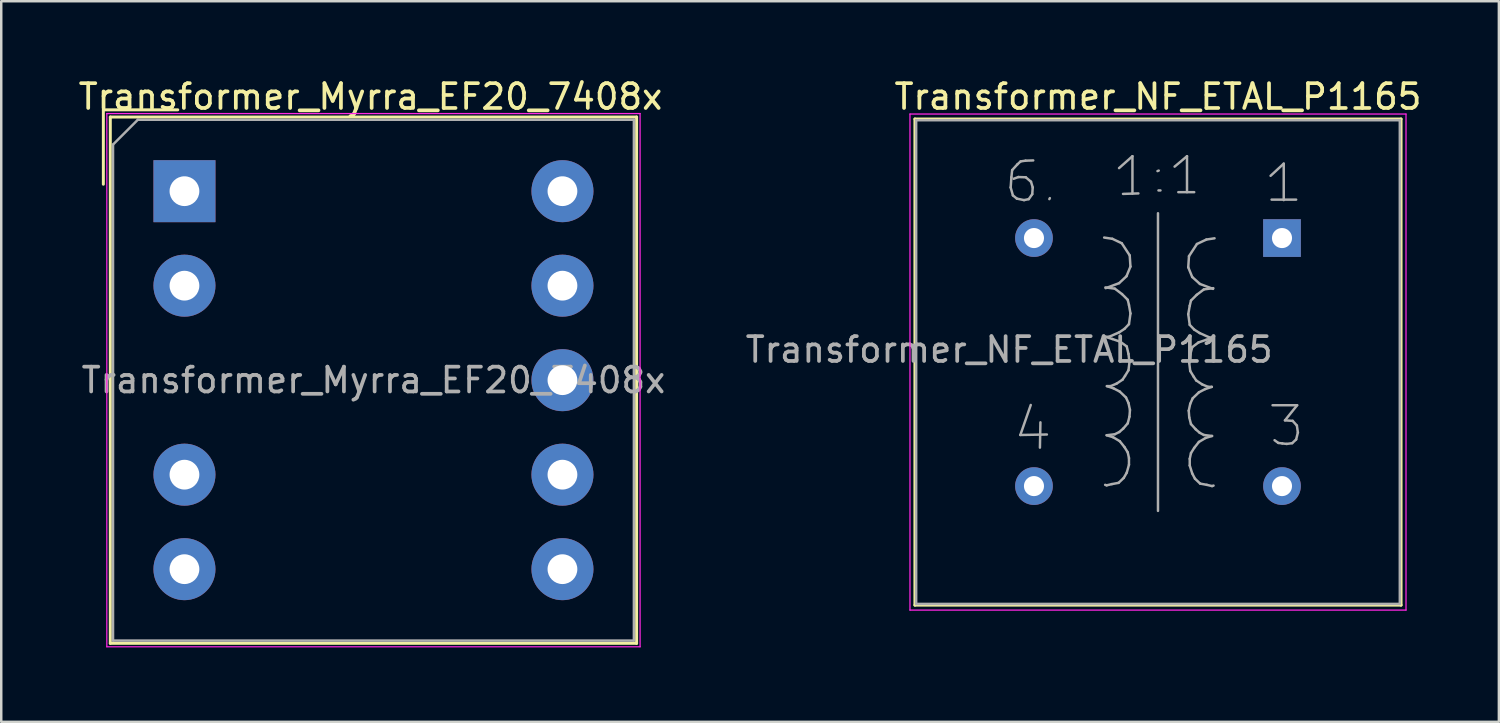
<source format=kicad_pcb>
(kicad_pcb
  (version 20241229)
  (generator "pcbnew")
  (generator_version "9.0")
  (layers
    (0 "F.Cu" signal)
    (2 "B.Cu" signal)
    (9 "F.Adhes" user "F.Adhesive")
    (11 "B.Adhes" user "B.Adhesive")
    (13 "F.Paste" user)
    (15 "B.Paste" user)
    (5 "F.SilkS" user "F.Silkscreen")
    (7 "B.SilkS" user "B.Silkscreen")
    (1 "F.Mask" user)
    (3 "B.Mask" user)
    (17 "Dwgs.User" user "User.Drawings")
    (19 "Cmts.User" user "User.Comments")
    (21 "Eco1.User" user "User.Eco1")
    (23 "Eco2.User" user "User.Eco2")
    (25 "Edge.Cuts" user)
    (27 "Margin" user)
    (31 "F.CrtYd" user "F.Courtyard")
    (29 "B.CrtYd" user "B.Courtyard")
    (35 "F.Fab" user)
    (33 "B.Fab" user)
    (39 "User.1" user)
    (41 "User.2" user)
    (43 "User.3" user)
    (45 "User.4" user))
  (footprint "Transformer_Myrra_EF20_7408x"
    (layer "F.Cu")
    (at 4.387 4.658)
    (property "Reference" "Transformer_Myrra_EF20_7408x" (at 7.5 -3.81 0) (layer "F.SilkS") (effects (font (size 1 1) (thickness 0.15))))
    (attr through_hole)
    (fp_line (start -3.27 -3.28) (end -3.27 -0.28) (stroke (width 0.12) (type solid)) (layer "F.SilkS"))
    (fp_line (start -2.99 -2.99) (end -2.99 18.23) (stroke (width 0.12) (type solid)) (layer "F.SilkS"))
    (fp_line (start -2.99 18.23) (end 18.23 18.23) (stroke (width 0.12) (type solid)) (layer "F.SilkS"))
    (fp_line (start -0.27 -3.28) (end -3.27 -3.28) (stroke (width 0.12) (type solid)) (layer "F.SilkS"))
    (fp_line (start 18.23 -2.99) (end -2.99 -2.99) (stroke (width 0.12) (type solid)) (layer "F.SilkS"))
    (fp_line (start 18.23 18.23) (end 18.23 -2.99) (stroke (width 0.12) (type solid)) (layer "F.SilkS"))
    (fp_line (start -3.13 -3.13) (end -3.13 18.37) (stroke (width 0.05) (type solid)) (layer "F.CrtYd"))
    (fp_line (start -3.13 18.37) (end 18.37 18.37) (stroke (width 0.05) (type solid)) (layer "F.CrtYd"))
    (fp_line (start 18.37 -3.13) (end -3.13 -3.13) (stroke (width 0.05) (type solid)) (layer "F.CrtYd"))
    (fp_line (start 18.37 18.37) (end 18.37 -3.13) (stroke (width 0.05) (type solid)) (layer "F.CrtYd"))
    (fp_line (start -2.88 18.12) (end -2.88 -1.88) (stroke (width 0.1) (type solid)) (layer "F.Fab"))
    (fp_line (start -1.88 -2.88) (end -2.88 -1.88) (stroke (width 0.1) (type solid)) (layer "F.Fab"))
    (fp_line (start -1.88 -2.88) (end 18.12 -2.88) (stroke (width 0.1) (type solid)) (layer "F.Fab"))
    (fp_line (start 18.12 -2.88) (end 18.12 18.12) (stroke (width 0.1) (type solid)) (layer "F.Fab"))
    (fp_line (start 18.12 18.12) (end -2.88 18.12) (stroke (width 0.1) (type solid)) (layer "F.Fab"))
    (fp_text user "${REFERENCE}" (at 7.62 7.62 0) (layer "F.Fab") (effects (font (size 1 1) (thickness 0.15))))
    (pad "1" thru_hole rect (at 0 0) (size 2.5 2.5) (drill 1.2) (layers "*.Cu" "*.Mask"))
    (pad "2" thru_hole circle (at 0 3.81) (size 2.5 2.5) (drill 1.2) (layers "*.Cu" "*.Mask"))
    (pad "4" thru_hole circle (at 0 11.43) (size 2.5 2.5) (drill 1.2) (layers "*.Cu" "*.Mask"))
    (pad "5" thru_hole circle (at 0 15.24) (size 2.5 2.5) (drill 1.2) (layers "*.Cu" "*.Mask"))
    (pad "6" thru_hole circle (at 15.24 15.24) (size 2.5 2.5) (drill 1.2) (layers "*.Cu" "*.Mask"))
    (pad "7" thru_hole circle (at 15.24 11.43) (size 2.5 2.5) (drill 1.2) (layers "*.Cu" "*.Mask"))
    (pad "8" thru_hole circle (at 15.24 7.62) (size 2.5 2.5) (drill 1.2) (layers "*.Cu" "*.Mask"))
    (pad "9" thru_hole circle (at 15.24 3.81) (size 2.5 2.5) (drill 1.2) (layers "*.Cu" "*.Mask"))
    (pad "10" thru_hole circle (at 15.24 0) (size 2.5 2.5) (drill 1.2) (layers "*.Cu" "*.Mask")))
  (footprint "Transformer_NF_ETAL_P1165"
    (layer "F.Cu")
    (at 48.638 6.548)
    (property "Reference" "Transformer_NF_ETAL_P1165" (at -5 -5.7 0) (layer "F.SilkS") (effects (font (size 1 1) (thickness 0.15))))
    (attr through_hole)
    (fp_line (start -14.8 -4.8) (end 4.8 -4.8) (stroke (width 0.12) (type solid)) (layer "F.SilkS"))
    (fp_line (start -14.8 14.8) (end -14.8 -4.8) (stroke (width 0.12) (type solid)) (layer "F.SilkS"))
    (fp_line (start 4.8 -4.8) (end 4.8 14.8) (stroke (width 0.12) (type solid)) (layer "F.SilkS"))
    (fp_line (start 4.8 14.8) (end -14.8 14.8) (stroke (width 0.12) (type solid)) (layer "F.SilkS"))
    (fp_line (start -15 -5) (end -15 15) (stroke (width 0.05) (type solid)) (layer "F.CrtYd"))
    (fp_line (start -15 -5) (end 5 -5) (stroke (width 0.05) (type solid)) (layer "F.CrtYd"))
    (fp_line (start 5 15) (end -15 15) (stroke (width 0.05) (type solid)) (layer "F.CrtYd"))
    (fp_line (start 5 15) (end 5 -5) (stroke (width 0.05) (type solid)) (layer "F.CrtYd"))
    (fp_line (start -14.75 -4.75) (end -14.75 14.75) (stroke (width 0.1) (type solid)) (layer "F.Fab"))
    (fp_line (start -14.75 14.75) (end 4.75 14.75) (stroke (width 0.1) (type solid)) (layer "F.Fab"))
    (fp_line (start -10.94 -2.04) (end -10.85 -1.72) (stroke (width 0.1) (type solid)) (layer "F.Fab"))
    (fp_line (start -10.91 -2.45) (end -10.94 -2.04) (stroke (width 0.1) (type solid)) (layer "F.Fab"))
    (fp_line (start -10.88 -2.74) (end -10.91 -2.45) (stroke (width 0.1) (type solid)) (layer "F.Fab"))
    (fp_line (start -10.85 -1.72) (end -10.69 -1.59) (stroke (width 0.1) (type solid)) (layer "F.Fab"))
    (fp_line (start -10.69 -1.59) (end -10.4 -1.53) (stroke (width 0.1) (type solid)) (layer "F.Fab"))
    (fp_line (start -10.67 -2.97) (end -10.88 -2.74) (stroke (width 0.1) (type solid)) (layer "F.Fab"))
    (fp_line (start -10.63 -2.46) (end -10.82 -2.39) (stroke (width 0.1) (type solid)) (layer "F.Fab"))
    (fp_line (start -10.55 7.94) (end -9.48 7.92) (stroke (width 0.1) (type solid)) (layer "F.Fab"))
    (fp_line (start -10.54 -3.09) (end -10.67 -2.97) (stroke (width 0.1) (type solid)) (layer "F.Fab"))
    (fp_line (start -10.4 -1.53) (end -10.21 -1.57) (stroke (width 0.1) (type solid)) (layer "F.Fab"))
    (fp_line (start -10.34 -3.12) (end -10.54 -3.09) (stroke (width 0.1) (type solid)) (layer "F.Fab"))
    (fp_line (start -10.33 -2.45) (end -10.63 -2.46) (stroke (width 0.1) (type solid)) (layer "F.Fab"))
    (fp_line (start -10.21 -1.57) (end -10.07 -1.77) (stroke (width 0.1) (type solid)) (layer "F.Fab"))
    (fp_line (start -10.13 6.73) (end -10.55 7.94) (stroke (width 0.1) (type solid)) (layer "F.Fab"))
    (fp_line (start -10.12 -2.27) (end -10.33 -2.45) (stroke (width 0.1) (type solid)) (layer "F.Fab"))
    (fp_line (start -10.07 -1.77) (end -10.05 -2.04) (stroke (width 0.1) (type solid)) (layer "F.Fab"))
    (fp_line (start -10.05 -2.04) (end -10.12 -2.27) (stroke (width 0.1) (type solid)) (layer "F.Fab"))
    (fp_line (start -10.03 -3.13) (end -10.34 -3.12) (stroke (width 0.1) (type solid)) (layer "F.Fab"))
    (fp_line (start -9.74 7.43) (end -9.76 8.45) (stroke (width 0.1) (type solid)) (layer "F.Fab"))
    (fp_line (start -9.38 -1.57) (end -9.36 -1.61) (stroke (width 0.1) (type solid)) (layer "F.Fab"))
    (fp_line (start -7.17 -0.02) (end -6.84 0.03) (stroke (width 0.1) (type solid)) (layer "F.Fab"))
    (fp_line (start -7.13 3.98) (end -6.84 4.07) (stroke (width 0.1) (type solid)) (layer "F.Fab"))
    (fp_line (start -7.12 1.99) (end -6.74 2.04) (stroke (width 0.1) (type solid)) (layer "F.Fab"))
    (fp_line (start -7.07 7.95) (end -6.81 8.03) (stroke (width 0.1) (type solid)) (layer "F.Fab"))
    (fp_line (start -7.07 9.97) (end -7.13 9.95) (stroke (width 0.1) (type solid)) (layer "F.Fab"))
    (fp_line (start -7.06 5.97) (end -6.79 6.06) (stroke (width 0.1) (type solid)) (layer "F.Fab"))
    (fp_line (start -6.97 3.98) (end -7.13 3.98) (stroke (width 0.1) (type solid)) (layer "F.Fab"))
    (fp_line (start -6.91 5.97) (end -7.06 5.97) (stroke (width 0.1) (type solid)) (layer "F.Fab"))
    (fp_line (start -6.86 9.92) (end -7.07 9.97) (stroke (width 0.1) (type solid)) (layer "F.Fab"))
    (fp_line (start -6.84 0.03) (end -6.46 0.21) (stroke (width 0.1) (type solid)) (layer "F.Fab"))
    (fp_line (start -6.84 4.07) (end -6.52 4.18) (stroke (width 0.1) (type solid)) (layer "F.Fab"))
    (fp_line (start -6.81 8.03) (end -6.54 8.19) (stroke (width 0.1) (type solid)) (layer "F.Fab"))
    (fp_line (start -6.79 6.06) (end -6.54 6.19) (stroke (width 0.1) (type solid)) (layer "F.Fab"))
    (fp_line (start -6.74 2.04) (end -6.45 2.26) (stroke (width 0.1) (type solid)) (layer "F.Fab"))
    (fp_line (start -6.74 7.91) (end -7.07 7.95) (stroke (width 0.1) (type solid)) (layer "F.Fab"))
    (fp_line (start -6.67 5.87) (end -6.91 5.97) (stroke (width 0.1) (type solid)) (layer "F.Fab"))
    (fp_line (start -6.59 9.87) (end -6.86 9.92) (stroke (width 0.1) (type solid)) (layer "F.Fab"))
    (fp_line (start -6.57 -2.82) (end -6.03 -3.3) (stroke (width 0.1) (type solid)) (layer "F.Fab"))
    (fp_line (start -6.57 1.82) (end -7.11 2.02) (stroke (width 0.1) (type solid)) (layer "F.Fab"))
    (fp_line (start -6.56 3.8) (end -6.97 3.98) (stroke (width 0.1) (type solid)) (layer "F.Fab"))
    (fp_line (start -6.56 7.82) (end -6.74 7.91) (stroke (width 0.1) (type solid)) (layer "F.Fab"))
    (fp_line (start -6.54 6.19) (end -6.29 6.43) (stroke (width 0.1) (type solid)) (layer "F.Fab"))
    (fp_line (start -6.54 8.19) (end -6.35 8.43) (stroke (width 0.1) (type solid)) (layer "F.Fab"))
    (fp_line (start -6.52 4.18) (end -6.26 4.37) (stroke (width 0.1) (type solid)) (layer "F.Fab"))
    (fp_line (start -6.46 0.21) (end -6.14 0.7) (stroke (width 0.1) (type solid)) (layer "F.Fab"))
    (fp_line (start -6.45 2.26) (end -6.22 2.49) (stroke (width 0.1) (type solid)) (layer "F.Fab"))
    (fp_line (start -6.43 5.71) (end -6.67 5.87) (stroke (width 0.1) (type solid)) (layer "F.Fab"))
    (fp_line (start -6.41 -1.78) (end -5.79 -1.8) (stroke (width 0.1) (type solid)) (layer "F.Fab"))
    (fp_line (start -6.4 7.68) (end -6.56 7.82) (stroke (width 0.1) (type solid)) (layer "F.Fab"))
    (fp_line (start -6.38 9.67) (end -6.59 9.87) (stroke (width 0.1) (type solid)) (layer "F.Fab"))
    (fp_line (start -6.35 3.66) (end -6.56 3.8) (stroke (width 0.1) (type solid)) (layer "F.Fab"))
    (fp_line (start -6.35 8.43) (end -6.22 8.64) (stroke (width 0.1) (type solid)) (layer "F.Fab"))
    (fp_line (start -6.33 5.56) (end -6.43 5.71) (stroke (width 0.1) (type solid)) (layer "F.Fab"))
    (fp_line (start -6.29 6.43) (end -6.19 6.65) (stroke (width 0.1) (type solid)) (layer "F.Fab"))
    (fp_line (start -6.27 1.54) (end -6.57 1.82) (stroke (width 0.1) (type solid)) (layer "F.Fab"))
    (fp_line (start -6.26 4.37) (end -6.19 4.67) (stroke (width 0.1) (type solid)) (layer "F.Fab"))
    (fp_line (start -6.26 9.46) (end -6.38 9.67) (stroke (width 0.1) (type solid)) (layer "F.Fab"))
    (fp_line (start -6.22 2.49) (end -6.17 2.7) (stroke (width 0.1) (type solid)) (layer "F.Fab"))
    (fp_line (start -6.22 7.47) (end -6.4 7.68) (stroke (width 0.1) (type solid)) (layer "F.Fab"))
    (fp_line (start -6.22 8.64) (end -6.17 8.87) (stroke (width 0.1) (type solid)) (layer "F.Fab"))
    (fp_line (start -6.19 4.67) (end -6.15 5.01) (stroke (width 0.1) (type solid)) (layer "F.Fab"))
    (fp_line (start -6.19 5.33) (end -6.33 5.56) (stroke (width 0.1) (type solid)) (layer "F.Fab"))
    (fp_line (start -6.19 6.65) (end -6.13 6.93) (stroke (width 0.1) (type solid)) (layer "F.Fab"))
    (fp_line (start -6.17 2.7) (end -6.11 3.04) (stroke (width 0.1) (type solid)) (layer "F.Fab"))
    (fp_line (start -6.17 3.47) (end -6.35 3.66) (stroke (width 0.1) (type solid)) (layer "F.Fab"))
    (fp_line (start -6.17 8.87) (end -6.17 9.14) (stroke (width 0.1) (type solid)) (layer "F.Fab"))
    (fp_line (start -6.17 9.14) (end -6.26 9.46) (stroke (width 0.1) (type solid)) (layer "F.Fab"))
    (fp_line (start -6.15 5.01) (end -6.19 5.33) (stroke (width 0.1) (type solid)) (layer "F.Fab"))
    (fp_line (start -6.15 7.2) (end -6.22 7.47) (stroke (width 0.1) (type solid)) (layer "F.Fab"))
    (fp_line (start -6.14 0.7) (end -6.11 1.15) (stroke (width 0.1) (type solid)) (layer "F.Fab"))
    (fp_line (start -6.13 6.93) (end -6.15 7.2) (stroke (width 0.1) (type solid)) (layer "F.Fab"))
    (fp_line (start -6.11 1.15) (end -6.27 1.54) (stroke (width 0.1) (type solid)) (layer "F.Fab"))
    (fp_line (start -6.11 3.04) (end -6.17 3.47) (stroke (width 0.1) (type solid)) (layer "F.Fab"))
    (fp_line (start -6.03 -3.3) (end -6.03 -1.79) (stroke (width 0.1) (type solid)) (layer "F.Fab"))
    (fp_line (start -5 -1) (end -5 11) (stroke (width 0.1) (type solid)) (layer "F.Fab"))
    (fp_line (start -4.97 -2.72) (end -5.02 -2.7) (stroke (width 0.1) (type solid)) (layer "F.Fab"))
    (fp_line (start -4.9 -1.92) (end -4.98 -1.92) (stroke (width 0.1) (type solid)) (layer "F.Fab"))
    (fp_line (start -4.33 -2.88) (end -3.83 -3.3) (stroke (width 0.1) (type solid)) (layer "F.Fab"))
    (fp_line (start -4.18 -1.85) (end -3.54 -1.85) (stroke (width 0.1) (type solid)) (layer "F.Fab"))
    (fp_line (start -3.83 -3.3) (end -3.83 -1.85) (stroke (width 0.1) (type solid)) (layer "F.Fab"))
    (fp_line (start -3.78 1.18) (end -3.62 1.57) (stroke (width 0.1) (type solid)) (layer "F.Fab"))
    (fp_line (start -3.78 3.07) (end -3.72 3.5) (stroke (width 0.1) (type solid)) (layer "F.Fab"))
    (fp_line (start -3.76 6.96) (end -3.74 7.23) (stroke (width 0.1) (type solid)) (layer "F.Fab"))
    (fp_line (start -3.75 0.73) (end -3.78 1.18) (stroke (width 0.1) (type solid)) (layer "F.Fab"))
    (fp_line (start -3.74 5.04) (end -3.7 5.36) (stroke (width 0.1) (type solid)) (layer "F.Fab"))
    (fp_line (start -3.74 7.23) (end -3.67 7.5) (stroke (width 0.1) (type solid)) (layer "F.Fab"))
    (fp_line (start -3.72 2.73) (end -3.78 3.07) (stroke (width 0.1) (type solid)) (layer "F.Fab"))
    (fp_line (start -3.72 3.5) (end -3.54 3.69) (stroke (width 0.1) (type solid)) (layer "F.Fab"))
    (fp_line (start -3.72 8.9) (end -3.72 9.17) (stroke (width 0.1) (type solid)) (layer "F.Fab"))
    (fp_line (start -3.72 9.17) (end -3.62 9.49) (stroke (width 0.1) (type solid)) (layer "F.Fab"))
    (fp_line (start -3.7 4.7) (end -3.74 5.04) (stroke (width 0.1) (type solid)) (layer "F.Fab"))
    (fp_line (start -3.7 5.36) (end -3.56 5.59) (stroke (width 0.1) (type solid)) (layer "F.Fab"))
    (fp_line (start -3.7 6.68) (end -3.76 6.96) (stroke (width 0.1) (type solid)) (layer "F.Fab"))
    (fp_line (start -3.67 2.52) (end -3.72 2.73) (stroke (width 0.1) (type solid)) (layer "F.Fab"))
    (fp_line (start -3.67 7.5) (end -3.48 7.71) (stroke (width 0.1) (type solid)) (layer "F.Fab"))
    (fp_line (start -3.67 8.67) (end -3.72 8.9) (stroke (width 0.1) (type solid)) (layer "F.Fab"))
    (fp_line (start -3.62 1.57) (end -3.31 1.85) (stroke (width 0.1) (type solid)) (layer "F.Fab"))
    (fp_line (start -3.62 4.4) (end -3.7 4.7) (stroke (width 0.1) (type solid)) (layer "F.Fab"))
    (fp_line (start -3.62 9.49) (end -3.51 9.7) (stroke (width 0.1) (type solid)) (layer "F.Fab"))
    (fp_line (start -3.6 6.46) (end -3.7 6.68) (stroke (width 0.1) (type solid)) (layer "F.Fab"))
    (fp_line (start -3.56 5.59) (end -3.46 5.74) (stroke (width 0.1) (type solid)) (layer "F.Fab"))
    (fp_line (start -3.54 3.69) (end -3.32 3.83) (stroke (width 0.1) (type solid)) (layer "F.Fab"))
    (fp_line (start -3.54 8.46) (end -3.67 8.67) (stroke (width 0.1) (type solid)) (layer "F.Fab"))
    (fp_line (start -3.51 9.7) (end -3.3 9.9) (stroke (width 0.1) (type solid)) (layer "F.Fab"))
    (fp_line (start -3.48 7.71) (end -3.32 7.85) (stroke (width 0.1) (type solid)) (layer "F.Fab"))
    (fp_line (start -3.46 5.74) (end -3.22 5.9) (stroke (width 0.1) (type solid)) (layer "F.Fab"))
    (fp_line (start -3.44 2.29) (end -3.67 2.52) (stroke (width 0.1) (type solid)) (layer "F.Fab"))
    (fp_line (start -3.43 0.24) (end -3.75 0.73) (stroke (width 0.1) (type solid)) (layer "F.Fab"))
    (fp_line (start -3.37 4.21) (end -3.62 4.4) (stroke (width 0.1) (type solid)) (layer "F.Fab"))
    (fp_line (start -3.35 6.22) (end -3.6 6.46) (stroke (width 0.1) (type solid)) (layer "F.Fab"))
    (fp_line (start -3.35 8.22) (end -3.54 8.46) (stroke (width 0.1) (type solid)) (layer "F.Fab"))
    (fp_line (start -3.32 3.83) (end -2.92 4.01) (stroke (width 0.1) (type solid)) (layer "F.Fab"))
    (fp_line (start -3.32 7.85) (end -3.15 7.94) (stroke (width 0.1) (type solid)) (layer "F.Fab"))
    (fp_line (start -3.31 1.85) (end -2.78 2.05) (stroke (width 0.1) (type solid)) (layer "F.Fab"))
    (fp_line (start -3.3 9.9) (end -3.03 9.95) (stroke (width 0.1) (type solid)) (layer "F.Fab"))
    (fp_line (start -3.22 5.9) (end -2.98 6) (stroke (width 0.1) (type solid)) (layer "F.Fab"))
    (fp_line (start -3.15 2.07) (end -3.44 2.29) (stroke (width 0.1) (type solid)) (layer "F.Fab"))
    (fp_line (start -3.15 7.94) (end -2.82 7.98) (stroke (width 0.1) (type solid)) (layer "F.Fab"))
    (fp_line (start -3.1 6.09) (end -3.35 6.22) (stroke (width 0.1) (type solid)) (layer "F.Fab"))
    (fp_line (start -3.08 8.06) (end -3.35 8.22) (stroke (width 0.1) (type solid)) (layer "F.Fab"))
    (fp_line (start -3.05 0.06) (end -3.43 0.24) (stroke (width 0.1) (type solid)) (layer "F.Fab"))
    (fp_line (start -3.05 4.1) (end -3.37 4.21) (stroke (width 0.1) (type solid)) (layer "F.Fab"))
    (fp_line (start -3.03 9.95) (end -2.82 10) (stroke (width 0.1) (type solid)) (layer "F.Fab"))
    (fp_line (start -2.98 6) (end -2.83 6) (stroke (width 0.1) (type solid)) (layer "F.Fab"))
    (fp_line (start -2.92 4.01) (end -2.76 4.01) (stroke (width 0.1) (type solid)) (layer "F.Fab"))
    (fp_line (start -2.83 6) (end -3.1 6.09) (stroke (width 0.1) (type solid)) (layer "F.Fab"))
    (fp_line (start -2.82 7.98) (end -3.08 8.06) (stroke (width 0.1) (type solid)) (layer "F.Fab"))
    (fp_line (start -2.82 10) (end -2.76 9.98) (stroke (width 0.1) (type solid)) (layer "F.Fab"))
    (fp_line (start -2.77 2.02) (end -3.15 2.07) (stroke (width 0.1) (type solid)) (layer "F.Fab"))
    (fp_line (start -2.76 4.01) (end -3.05 4.1) (stroke (width 0.1) (type solid)) (layer "F.Fab"))
    (fp_line (start -2.72 0.01) (end -3.05 0.06) (stroke (width 0.1) (type solid)) (layer "F.Fab"))
    (fp_line (start -0.46 -2.51) (end 0.07 -3) (stroke (width 0.1) (type solid)) (layer "F.Fab"))
    (fp_line (start -0.42 -1.55) (end 0.57 -1.55) (stroke (width 0.1) (type solid)) (layer "F.Fab"))
    (fp_line (start -0.38 6.74) (end 0.61 6.74) (stroke (width 0.1) (type solid)) (layer "F.Fab"))
    (fp_line (start -0.15 8.26) (end -0.3 8.15) (stroke (width 0.1) (type solid)) (layer "F.Fab"))
    (fp_line (start 0.01 8.28) (end -0.15 8.26) (stroke (width 0.1) (type solid)) (layer "F.Fab"))
    (fp_line (start 0.07 -3) (end 0.07 -1.53) (stroke (width 0.1) (type solid)) (layer "F.Fab"))
    (fp_line (start 0.12 7.35) (end 0.43 7.37) (stroke (width 0.1) (type solid)) (layer "F.Fab"))
    (fp_line (start 0.19 8.3) (end 0.01 8.28) (stroke (width 0.1) (type solid)) (layer "F.Fab"))
    (fp_line (start 0.41 8.27) (end 0.19 8.3) (stroke (width 0.1) (type solid)) (layer "F.Fab"))
    (fp_line (start 0.43 7.37) (end 0.6 7.56) (stroke (width 0.1) (type solid)) (layer "F.Fab"))
    (fp_line (start 0.57 8.12) (end 0.41 8.27) (stroke (width 0.1) (type solid)) (layer "F.Fab"))
    (fp_line (start 0.6 7.56) (end 0.64 7.84) (stroke (width 0.1) (type solid)) (layer "F.Fab"))
    (fp_line (start 0.61 6.74) (end 0.12 7.35) (stroke (width 0.1) (type solid)) (layer "F.Fab"))
    (fp_line (start 0.64 7.84) (end 0.57 8.12) (stroke (width 0.1) (type solid)) (layer "F.Fab"))
    (fp_line (start 4.75 -4.75) (end -14.75 -4.75) (stroke (width 0.1) (type solid)) (layer "F.Fab"))
    (fp_line (start 4.75 14.75) (end 4.75 -4.75) (stroke (width 0.1) (type solid)) (layer "F.Fab"))
    (fp_text user "${REFERENCE}" (at -11 4.5 0) (layer "F.Fab") (effects (font (size 1 1) (thickness 0.15))))
    (pad "1" thru_hole rect (at 0 0) (size 1.52 1.52) (drill 0.81) (layers "*.Cu" "*.Mask"))
    (pad "3" thru_hole circle (at 0 10) (size 1.52 1.52) (drill 0.81) (layers "*.Cu" "*.Mask"))
    (pad "4" thru_hole circle (at -10 10) (size 1.52 1.52) (drill 0.81) (layers "*.Cu" "*.Mask"))
    (pad "6" thru_hole circle (at -10 0) (size 1.52 1.52) (drill 0.81) (layers "*.Cu" "*.Mask")))
  (gr_rect
    (start -3 -3)
    (end 57.382 26.053)
    (stroke (width 0.1) (type default))
    (fill no)
    (layer "Edge.Cuts")))
</source>
